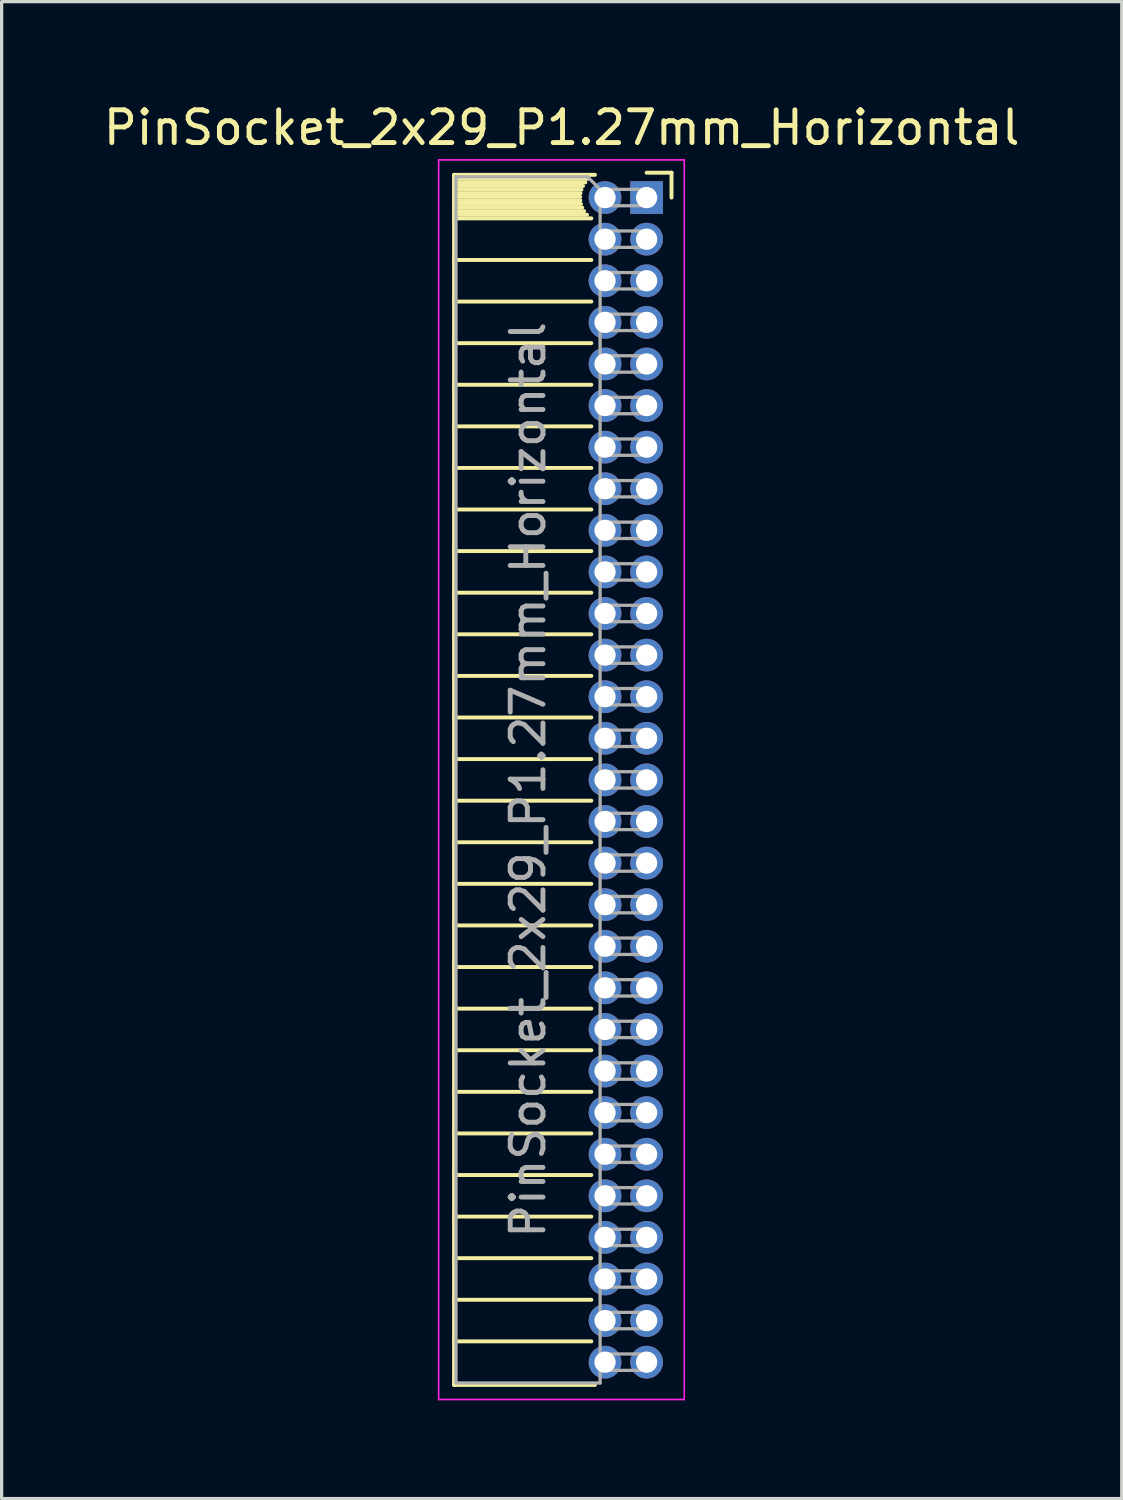
<source format=kicad_pcb>
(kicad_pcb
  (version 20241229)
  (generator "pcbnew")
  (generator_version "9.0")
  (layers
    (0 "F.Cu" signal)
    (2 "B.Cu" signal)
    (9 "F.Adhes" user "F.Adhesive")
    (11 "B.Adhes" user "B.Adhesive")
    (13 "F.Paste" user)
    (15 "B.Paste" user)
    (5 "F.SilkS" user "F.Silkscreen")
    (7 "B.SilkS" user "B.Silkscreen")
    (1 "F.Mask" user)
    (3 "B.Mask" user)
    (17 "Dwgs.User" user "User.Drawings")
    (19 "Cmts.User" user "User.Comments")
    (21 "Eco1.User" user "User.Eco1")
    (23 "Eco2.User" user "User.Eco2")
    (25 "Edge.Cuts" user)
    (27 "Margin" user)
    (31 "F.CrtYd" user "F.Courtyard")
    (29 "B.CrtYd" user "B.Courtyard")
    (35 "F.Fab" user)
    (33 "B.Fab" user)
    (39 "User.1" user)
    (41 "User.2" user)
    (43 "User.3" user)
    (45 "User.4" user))
  (footprint "PinSocket_2x29_P1.27mm_Horizontal"
    (layer "F.Cu")
    (at 16.694 2.983)
    (property "Reference" "PinSocket_2x29_P1.27mm_Horizontal" (at -2.592 -2.135 0) (layer "F.SilkS") (effects (font (size 1 1) (thickness 0.15))))
    (attr through_hole)
    (fp_line (start -5.88 -0.695) (end -5.88 36.255) (stroke (width 0.12) (type solid)) (layer "F.SilkS"))
    (fp_line (start -5.88 -0.695) (end -1.578 -0.695) (stroke (width 0.12) (type solid)) (layer "F.SilkS"))
    (fp_line (start -5.88 -0.575) (end -1.767 -0.575) (stroke (width 0.12) (type solid)) (layer "F.SilkS"))
    (fp_line (start -5.88 -0.465) (end -1.871 -0.465) (stroke (width 0.12) (type solid)) (layer "F.SilkS"))
    (fp_line (start -5.88 -0.355) (end -1.942 -0.355) (stroke (width 0.12) (type solid)) (layer "F.SilkS"))
    (fp_line (start -5.88 -0.245) (end -1.989 -0.245) (stroke (width 0.12) (type solid)) (layer "F.SilkS"))
    (fp_line (start -5.88 -0.135) (end -2.018 -0.135) (stroke (width 0.12) (type solid)) (layer "F.SilkS"))
    (fp_line (start -5.88 -0.025) (end -2.03 -0.025) (stroke (width 0.12) (type solid)) (layer "F.SilkS"))
    (fp_line (start -5.88 0.085) (end -2.025 0.085) (stroke (width 0.12) (type solid)) (layer "F.SilkS"))
    (fp_line (start -5.88 0.195) (end -2.005 0.195) (stroke (width 0.12) (type solid)) (layer "F.SilkS"))
    (fp_line (start -5.88 0.305) (end -1.966 0.305) (stroke (width 0.12) (type solid)) (layer "F.SilkS"))
    (fp_line (start -5.88 0.415) (end -1.907 0.415) (stroke (width 0.12) (type solid)) (layer "F.SilkS"))
    (fp_line (start -5.88 0.525) (end -1.82 0.525) (stroke (width 0.12) (type solid)) (layer "F.SilkS"))
    (fp_line (start -5.88 0.635) (end -1.688 0.635) (stroke (width 0.12) (type solid)) (layer "F.SilkS"))
    (fp_line (start -5.88 1.905) (end -1.688 1.905) (stroke (width 0.12) (type solid)) (layer "F.SilkS"))
    (fp_line (start -5.88 3.175) (end -1.688 3.175) (stroke (width 0.12) (type solid)) (layer "F.SilkS"))
    (fp_line (start -5.88 4.445) (end -1.688 4.445) (stroke (width 0.12) (type solid)) (layer "F.SilkS"))
    (fp_line (start -5.88 5.715) (end -1.688 5.715) (stroke (width 0.12) (type solid)) (layer "F.SilkS"))
    (fp_line (start -5.88 6.985) (end -1.688 6.985) (stroke (width 0.12) (type solid)) (layer "F.SilkS"))
    (fp_line (start -5.88 8.255) (end -1.688 8.255) (stroke (width 0.12) (type solid)) (layer "F.SilkS"))
    (fp_line (start -5.88 9.525) (end -1.688 9.525) (stroke (width 0.12) (type solid)) (layer "F.SilkS"))
    (fp_line (start -5.88 10.795) (end -1.688 10.795) (stroke (width 0.12) (type solid)) (layer "F.SilkS"))
    (fp_line (start -5.88 12.065) (end -1.688 12.065) (stroke (width 0.12) (type solid)) (layer "F.SilkS"))
    (fp_line (start -5.88 13.335) (end -1.688 13.335) (stroke (width 0.12) (type solid)) (layer "F.SilkS"))
    (fp_line (start -5.88 14.605) (end -1.688 14.605) (stroke (width 0.12) (type solid)) (layer "F.SilkS"))
    (fp_line (start -5.88 15.875) (end -1.688 15.875) (stroke (width 0.12) (type solid)) (layer "F.SilkS"))
    (fp_line (start -5.88 17.145) (end -1.688 17.145) (stroke (width 0.12) (type solid)) (layer "F.SilkS"))
    (fp_line (start -5.88 18.415) (end -1.688 18.415) (stroke (width 0.12) (type solid)) (layer "F.SilkS"))
    (fp_line (start -5.88 19.685) (end -1.688 19.685) (stroke (width 0.12) (type solid)) (layer "F.SilkS"))
    (fp_line (start -5.88 20.955) (end -1.688 20.955) (stroke (width 0.12) (type solid)) (layer "F.SilkS"))
    (fp_line (start -5.88 22.225) (end -1.688 22.225) (stroke (width 0.12) (type solid)) (layer "F.SilkS"))
    (fp_line (start -5.88 23.495) (end -1.688 23.495) (stroke (width 0.12) (type solid)) (layer "F.SilkS"))
    (fp_line (start -5.88 24.765) (end -1.688 24.765) (stroke (width 0.12) (type solid)) (layer "F.SilkS"))
    (fp_line (start -5.88 26.035) (end -1.688 26.035) (stroke (width 0.12) (type solid)) (layer "F.SilkS"))
    (fp_line (start -5.88 27.305) (end -1.688 27.305) (stroke (width 0.12) (type solid)) (layer "F.SilkS"))
    (fp_line (start -5.88 28.575) (end -1.688 28.575) (stroke (width 0.12) (type solid)) (layer "F.SilkS"))
    (fp_line (start -5.88 29.845) (end -1.688 29.845) (stroke (width 0.12) (type solid)) (layer "F.SilkS"))
    (fp_line (start -5.88 31.115) (end -1.688 31.115) (stroke (width 0.12) (type solid)) (layer "F.SilkS"))
    (fp_line (start -5.88 32.385) (end -1.688 32.385) (stroke (width 0.12) (type solid)) (layer "F.SilkS"))
    (fp_line (start -5.88 33.655) (end -1.688 33.655) (stroke (width 0.12) (type solid)) (layer "F.SilkS"))
    (fp_line (start -5.88 34.925) (end -1.688 34.925) (stroke (width 0.12) (type solid)) (layer "F.SilkS"))
    (fp_line (start -5.88 36.255) (end -1.578 36.255) (stroke (width 0.12) (type solid)) (layer "F.SilkS"))
    (fp_line (start 0 -0.76) (end 0.76 -0.76) (stroke (width 0.12) (type solid)) (layer "F.SilkS"))
    (fp_line (start 0.76 -0.76) (end 0.76 0) (stroke (width 0.12) (type solid)) (layer "F.SilkS"))
    (fp_line (start -6.35 -1.15) (end -6.35 36.7) (stroke (width 0.05) (type solid)) (layer "F.CrtYd"))
    (fp_line (start -6.35 36.7) (end 1.15 36.7) (stroke (width 0.05) (type solid)) (layer "F.CrtYd"))
    (fp_line (start 1.15 -1.15) (end -6.35 -1.15) (stroke (width 0.05) (type solid)) (layer "F.CrtYd"))
    (fp_line (start 1.15 36.7) (end 1.15 -1.15) (stroke (width 0.05) (type solid)) (layer "F.CrtYd"))
    (fp_line (start -5.82 -0.635) (end -1.805 -0.635) (stroke (width 0.1) (type solid)) (layer "F.Fab"))
    (fp_line (start -5.82 36.195) (end -5.82 -0.635) (stroke (width 0.1) (type solid)) (layer "F.Fab"))
    (fp_line (start -1.805 -0.635) (end -1.42 -0.25) (stroke (width 0.1) (type solid)) (layer "F.Fab"))
    (fp_line (start -1.42 -0.25) (end -1.42 36.195) (stroke (width 0.1) (type solid)) (layer "F.Fab"))
    (fp_line (start -1.42 0.25) (end 0 0.25) (stroke (width 0.1) (type solid)) (layer "F.Fab"))
    (fp_line (start -1.42 1.52) (end 0 1.52) (stroke (width 0.1) (type solid)) (layer "F.Fab"))
    (fp_line (start -1.42 2.79) (end 0 2.79) (stroke (width 0.1) (type solid)) (layer "F.Fab"))
    (fp_line (start -1.42 4.06) (end 0 4.06) (stroke (width 0.1) (type solid)) (layer "F.Fab"))
    (fp_line (start -1.42 5.33) (end 0 5.33) (stroke (width 0.1) (type solid)) (layer "F.Fab"))
    (fp_line (start -1.42 6.6) (end 0 6.6) (stroke (width 0.1) (type solid)) (layer "F.Fab"))
    (fp_line (start -1.42 7.87) (end 0 7.87) (stroke (width 0.1) (type solid)) (layer "F.Fab"))
    (fp_line (start -1.42 9.14) (end 0 9.14) (stroke (width 0.1) (type solid)) (layer "F.Fab"))
    (fp_line (start -1.42 10.41) (end 0 10.41) (stroke (width 0.1) (type solid)) (layer "F.Fab"))
    (fp_line (start -1.42 11.68) (end 0 11.68) (stroke (width 0.1) (type solid)) (layer "F.Fab"))
    (fp_line (start -1.42 12.95) (end 0 12.95) (stroke (width 0.1) (type solid)) (layer "F.Fab"))
    (fp_line (start -1.42 14.22) (end 0 14.22) (stroke (width 0.1) (type solid)) (layer "F.Fab"))
    (fp_line (start -1.42 15.49) (end 0 15.49) (stroke (width 0.1) (type solid)) (layer "F.Fab"))
    (fp_line (start -1.42 16.76) (end 0 16.76) (stroke (width 0.1) (type solid)) (layer "F.Fab"))
    (fp_line (start -1.42 18.03) (end 0 18.03) (stroke (width 0.1) (type solid)) (layer "F.Fab"))
    (fp_line (start -1.42 19.3) (end 0 19.3) (stroke (width 0.1) (type solid)) (layer "F.Fab"))
    (fp_line (start -1.42 20.57) (end 0 20.57) (stroke (width 0.1) (type solid)) (layer "F.Fab"))
    (fp_line (start -1.42 21.84) (end 0 21.84) (stroke (width 0.1) (type solid)) (layer "F.Fab"))
    (fp_line (start -1.42 23.11) (end 0 23.11) (stroke (width 0.1) (type solid)) (layer "F.Fab"))
    (fp_line (start -1.42 24.38) (end 0 24.38) (stroke (width 0.1) (type solid)) (layer "F.Fab"))
    (fp_line (start -1.42 25.65) (end 0 25.65) (stroke (width 0.1) (type solid)) (layer "F.Fab"))
    (fp_line (start -1.42 26.92) (end 0 26.92) (stroke (width 0.1) (type solid)) (layer "F.Fab"))
    (fp_line (start -1.42 28.19) (end 0 28.19) (stroke (width 0.1) (type solid)) (layer "F.Fab"))
    (fp_line (start -1.42 29.46) (end 0 29.46) (stroke (width 0.1) (type solid)) (layer "F.Fab"))
    (fp_line (start -1.42 30.73) (end 0 30.73) (stroke (width 0.1) (type solid)) (layer "F.Fab"))
    (fp_line (start -1.42 32) (end 0 32) (stroke (width 0.1) (type solid)) (layer "F.Fab"))
    (fp_line (start -1.42 33.27) (end 0 33.27) (stroke (width 0.1) (type solid)) (layer "F.Fab"))
    (fp_line (start -1.42 34.54) (end 0 34.54) (stroke (width 0.1) (type solid)) (layer "F.Fab"))
    (fp_line (start -1.42 35.81) (end 0 35.81) (stroke (width 0.1) (type solid)) (layer "F.Fab"))
    (fp_line (start -1.42 36.195) (end -5.82 36.195) (stroke (width 0.1) (type solid)) (layer "F.Fab"))
    (fp_line (start 0 -0.25) (end -1.42 -0.25) (stroke (width 0.1) (type solid)) (layer "F.Fab"))
    (fp_line (start 0 0.25) (end 0 -0.25) (stroke (width 0.1) (type solid)) (layer "F.Fab"))
    (fp_line (start 0 1.02) (end -1.42 1.02) (stroke (width 0.1) (type solid)) (layer "F.Fab"))
    (fp_line (start 0 1.52) (end 0 1.02) (stroke (width 0.1) (type solid)) (layer "F.Fab"))
    (fp_line (start 0 2.29) (end -1.42 2.29) (stroke (width 0.1) (type solid)) (layer "F.Fab"))
    (fp_line (start 0 2.79) (end 0 2.29) (stroke (width 0.1) (type solid)) (layer "F.Fab"))
    (fp_line (start 0 3.56) (end -1.42 3.56) (stroke (width 0.1) (type solid)) (layer "F.Fab"))
    (fp_line (start 0 4.06) (end 0 3.56) (stroke (width 0.1) (type solid)) (layer "F.Fab"))
    (fp_line (start 0 4.83) (end -1.42 4.83) (stroke (width 0.1) (type solid)) (layer "F.Fab"))
    (fp_line (start 0 5.33) (end 0 4.83) (stroke (width 0.1) (type solid)) (layer "F.Fab"))
    (fp_line (start 0 6.1) (end -1.42 6.1) (stroke (width 0.1) (type solid)) (layer "F.Fab"))
    (fp_line (start 0 6.6) (end 0 6.1) (stroke (width 0.1) (type solid)) (layer "F.Fab"))
    (fp_line (start 0 7.37) (end -1.42 7.37) (stroke (width 0.1) (type solid)) (layer "F.Fab"))
    (fp_line (start 0 7.87) (end 0 7.37) (stroke (width 0.1) (type solid)) (layer "F.Fab"))
    (fp_line (start 0 8.64) (end -1.42 8.64) (stroke (width 0.1) (type solid)) (layer "F.Fab"))
    (fp_line (start 0 9.14) (end 0 8.64) (stroke (width 0.1) (type solid)) (layer "F.Fab"))
    (fp_line (start 0 9.91) (end -1.42 9.91) (stroke (width 0.1) (type solid)) (layer "F.Fab"))
    (fp_line (start 0 10.41) (end 0 9.91) (stroke (width 0.1) (type solid)) (layer "F.Fab"))
    (fp_line (start 0 11.18) (end -1.42 11.18) (stroke (width 0.1) (type solid)) (layer "F.Fab"))
    (fp_line (start 0 11.68) (end 0 11.18) (stroke (width 0.1) (type solid)) (layer "F.Fab"))
    (fp_line (start 0 12.45) (end -1.42 12.45) (stroke (width 0.1) (type solid)) (layer "F.Fab"))
    (fp_line (start 0 12.95) (end 0 12.45) (stroke (width 0.1) (type solid)) (layer "F.Fab"))
    (fp_line (start 0 13.72) (end -1.42 13.72) (stroke (width 0.1) (type solid)) (layer "F.Fab"))
    (fp_line (start 0 14.22) (end 0 13.72) (stroke (width 0.1) (type solid)) (layer "F.Fab"))
    (fp_line (start 0 14.99) (end -1.42 14.99) (stroke (width 0.1) (type solid)) (layer "F.Fab"))
    (fp_line (start 0 15.49) (end 0 14.99) (stroke (width 0.1) (type solid)) (layer "F.Fab"))
    (fp_line (start 0 16.26) (end -1.42 16.26) (stroke (width 0.1) (type solid)) (layer "F.Fab"))
    (fp_line (start 0 16.76) (end 0 16.26) (stroke (width 0.1) (type solid)) (layer "F.Fab"))
    (fp_line (start 0 17.53) (end -1.42 17.53) (stroke (width 0.1) (type solid)) (layer "F.Fab"))
    (fp_line (start 0 18.03) (end 0 17.53) (stroke (width 0.1) (type solid)) (layer "F.Fab"))
    (fp_line (start 0 18.8) (end -1.42 18.8) (stroke (width 0.1) (type solid)) (layer "F.Fab"))
    (fp_line (start 0 19.3) (end 0 18.8) (stroke (width 0.1) (type solid)) (layer "F.Fab"))
    (fp_line (start 0 20.07) (end -1.42 20.07) (stroke (width 0.1) (type solid)) (layer "F.Fab"))
    (fp_line (start 0 20.57) (end 0 20.07) (stroke (width 0.1) (type solid)) (layer "F.Fab"))
    (fp_line (start 0 21.34) (end -1.42 21.34) (stroke (width 0.1) (type solid)) (layer "F.Fab"))
    (fp_line (start 0 21.84) (end 0 21.34) (stroke (width 0.1) (type solid)) (layer "F.Fab"))
    (fp_line (start 0 22.61) (end -1.42 22.61) (stroke (width 0.1) (type solid)) (layer "F.Fab"))
    (fp_line (start 0 23.11) (end 0 22.61) (stroke (width 0.1) (type solid)) (layer "F.Fab"))
    (fp_line (start 0 23.88) (end -1.42 23.88) (stroke (width 0.1) (type solid)) (layer "F.Fab"))
    (fp_line (start 0 24.38) (end 0 23.88) (stroke (width 0.1) (type solid)) (layer "F.Fab"))
    (fp_line (start 0 25.15) (end -1.42 25.15) (stroke (width 0.1) (type solid)) (layer "F.Fab"))
    (fp_line (start 0 25.65) (end 0 25.15) (stroke (width 0.1) (type solid)) (layer "F.Fab"))
    (fp_line (start 0 26.42) (end -1.42 26.42) (stroke (width 0.1) (type solid)) (layer "F.Fab"))
    (fp_line (start 0 26.92) (end 0 26.42) (stroke (width 0.1) (type solid)) (layer "F.Fab"))
    (fp_line (start 0 27.69) (end -1.42 27.69) (stroke (width 0.1) (type solid)) (layer "F.Fab"))
    (fp_line (start 0 28.19) (end 0 27.69) (stroke (width 0.1) (type solid)) (layer "F.Fab"))
    (fp_line (start 0 28.96) (end -1.42 28.96) (stroke (width 0.1) (type solid)) (layer "F.Fab"))
    (fp_line (start 0 29.46) (end 0 28.96) (stroke (width 0.1) (type solid)) (layer "F.Fab"))
    (fp_line (start 0 30.23) (end -1.42 30.23) (stroke (width 0.1) (type solid)) (layer "F.Fab"))
    (fp_line (start 0 30.73) (end 0 30.23) (stroke (width 0.1) (type solid)) (layer "F.Fab"))
    (fp_line (start 0 31.5) (end -1.42 31.5) (stroke (width 0.1) (type solid)) (layer "F.Fab"))
    (fp_line (start 0 32) (end 0 31.5) (stroke (width 0.1) (type solid)) (layer "F.Fab"))
    (fp_line (start 0 32.77) (end -1.42 32.77) (stroke (width 0.1) (type solid)) (layer "F.Fab"))
    (fp_line (start 0 33.27) (end 0 32.77) (stroke (width 0.1) (type solid)) (layer "F.Fab"))
    (fp_line (start 0 34.04) (end -1.42 34.04) (stroke (width 0.1) (type solid)) (layer "F.Fab"))
    (fp_line (start 0 34.54) (end 0 34.04) (stroke (width 0.1) (type solid)) (layer "F.Fab"))
    (fp_line (start 0 35.31) (end -1.42 35.31) (stroke (width 0.1) (type solid)) (layer "F.Fab"))
    (fp_line (start 0 35.81) (end 0 35.31) (stroke (width 0.1) (type solid)) (layer "F.Fab"))
    (fp_text user "${REFERENCE}" (at -3.62 17.78 90) (layer "F.Fab") (effects (font (size 1 1) (thickness 0.15))))
    (pad "1" thru_hole rect (at 0 0) (size 1 1) (drill 0.65) (layers "*.Cu" "*.Mask"))
    (pad "2" thru_hole oval (at -1.27 0) (size 1 1) (drill 0.65) (layers "*.Cu" "*.Mask"))
    (pad "3" thru_hole oval (at 0 1.27) (size 1 1) (drill 0.65) (layers "*.Cu" "*.Mask"))
    (pad "4" thru_hole oval (at -1.27 1.27) (size 1 1) (drill 0.65) (layers "*.Cu" "*.Mask"))
    (pad "5" thru_hole oval (at 0 2.54) (size 1 1) (drill 0.65) (layers "*.Cu" "*.Mask"))
    (pad "6" thru_hole oval (at -1.27 2.54) (size 1 1) (drill 0.65) (layers "*.Cu" "*.Mask"))
    (pad "7" thru_hole oval (at 0 3.81) (size 1 1) (drill 0.65) (layers "*.Cu" "*.Mask"))
    (pad "8" thru_hole oval (at -1.27 3.81) (size 1 1) (drill 0.65) (layers "*.Cu" "*.Mask"))
    (pad "9" thru_hole oval (at 0 5.08) (size 1 1) (drill 0.65) (layers "*.Cu" "*.Mask"))
    (pad "10" thru_hole oval (at -1.27 5.08) (size 1 1) (drill 0.65) (layers "*.Cu" "*.Mask"))
    (pad "11" thru_hole oval (at 0 6.35) (size 1 1) (drill 0.65) (layers "*.Cu" "*.Mask"))
    (pad "12" thru_hole oval (at -1.27 6.35) (size 1 1) (drill 0.65) (layers "*.Cu" "*.Mask"))
    (pad "13" thru_hole oval (at 0 7.62) (size 1 1) (drill 0.65) (layers "*.Cu" "*.Mask"))
    (pad "14" thru_hole oval (at -1.27 7.62) (size 1 1) (drill 0.65) (layers "*.Cu" "*.Mask"))
    (pad "15" thru_hole oval (at 0 8.89) (size 1 1) (drill 0.65) (layers "*.Cu" "*.Mask"))
    (pad "16" thru_hole oval (at -1.27 8.89) (size 1 1) (drill 0.65) (layers "*.Cu" "*.Mask"))
    (pad "17" thru_hole oval (at 0 10.16) (size 1 1) (drill 0.65) (layers "*.Cu" "*.Mask"))
    (pad "18" thru_hole oval (at -1.27 10.16) (size 1 1) (drill 0.65) (layers "*.Cu" "*.Mask"))
    (pad "19" thru_hole oval (at 0 11.43) (size 1 1) (drill 0.65) (layers "*.Cu" "*.Mask"))
    (pad "20" thru_hole oval (at -1.27 11.43) (size 1 1) (drill 0.65) (layers "*.Cu" "*.Mask"))
    (pad "21" thru_hole oval (at 0 12.7) (size 1 1) (drill 0.65) (layers "*.Cu" "*.Mask"))
    (pad "22" thru_hole oval (at -1.27 12.7) (size 1 1) (drill 0.65) (layers "*.Cu" "*.Mask"))
    (pad "23" thru_hole oval (at 0 13.97) (size 1 1) (drill 0.65) (layers "*.Cu" "*.Mask"))
    (pad "24" thru_hole oval (at -1.27 13.97) (size 1 1) (drill 0.65) (layers "*.Cu" "*.Mask"))
    (pad "25" thru_hole oval (at 0 15.24) (size 1 1) (drill 0.65) (layers "*.Cu" "*.Mask"))
    (pad "26" thru_hole oval (at -1.27 15.24) (size 1 1) (drill 0.65) (layers "*.Cu" "*.Mask"))
    (pad "27" thru_hole oval (at 0 16.51) (size 1 1) (drill 0.65) (layers "*.Cu" "*.Mask"))
    (pad "28" thru_hole oval (at -1.27 16.51) (size 1 1) (drill 0.65) (layers "*.Cu" "*.Mask"))
    (pad "29" thru_hole oval (at 0 17.78) (size 1 1) (drill 0.65) (layers "*.Cu" "*.Mask"))
    (pad "30" thru_hole oval (at -1.27 17.78) (size 1 1) (drill 0.65) (layers "*.Cu" "*.Mask"))
    (pad "31" thru_hole oval (at 0 19.05) (size 1 1) (drill 0.65) (layers "*.Cu" "*.Mask"))
    (pad "32" thru_hole oval (at -1.27 19.05) (size 1 1) (drill 0.65) (layers "*.Cu" "*.Mask"))
    (pad "33" thru_hole oval (at 0 20.32) (size 1 1) (drill 0.65) (layers "*.Cu" "*.Mask"))
    (pad "34" thru_hole oval (at -1.27 20.32) (size 1 1) (drill 0.65) (layers "*.Cu" "*.Mask"))
    (pad "35" thru_hole oval (at 0 21.59) (size 1 1) (drill 0.65) (layers "*.Cu" "*.Mask"))
    (pad "36" thru_hole oval (at -1.27 21.59) (size 1 1) (drill 0.65) (layers "*.Cu" "*.Mask"))
    (pad "37" thru_hole oval (at 0 22.86) (size 1 1) (drill 0.65) (layers "*.Cu" "*.Mask"))
    (pad "38" thru_hole oval (at -1.27 22.86) (size 1 1) (drill 0.65) (layers "*.Cu" "*.Mask"))
    (pad "39" thru_hole oval (at 0 24.13) (size 1 1) (drill 0.65) (layers "*.Cu" "*.Mask"))
    (pad "40" thru_hole oval (at -1.27 24.13) (size 1 1) (drill 0.65) (layers "*.Cu" "*.Mask"))
    (pad "41" thru_hole oval (at 0 25.4) (size 1 1) (drill 0.65) (layers "*.Cu" "*.Mask"))
    (pad "42" thru_hole oval (at -1.27 25.4) (size 1 1) (drill 0.65) (layers "*.Cu" "*.Mask"))
    (pad "43" thru_hole oval (at 0 26.67) (size 1 1) (drill 0.65) (layers "*.Cu" "*.Mask"))
    (pad "44" thru_hole oval (at -1.27 26.67) (size 1 1) (drill 0.65) (layers "*.Cu" "*.Mask"))
    (pad "45" thru_hole oval (at 0 27.94) (size 1 1) (drill 0.65) (layers "*.Cu" "*.Mask"))
    (pad "46" thru_hole oval (at -1.27 27.94) (size 1 1) (drill 0.65) (layers "*.Cu" "*.Mask"))
    (pad "47" thru_hole oval (at 0 29.21) (size 1 1) (drill 0.65) (layers "*.Cu" "*.Mask"))
    (pad "48" thru_hole oval (at -1.27 29.21) (size 1 1) (drill 0.65) (layers "*.Cu" "*.Mask"))
    (pad "49" thru_hole oval (at 0 30.48) (size 1 1) (drill 0.65) (layers "*.Cu" "*.Mask"))
    (pad "50" thru_hole oval (at -1.27 30.48) (size 1 1) (drill 0.65) (layers "*.Cu" "*.Mask"))
    (pad "51" thru_hole oval (at 0 31.75) (size 1 1) (drill 0.65) (layers "*.Cu" "*.Mask"))
    (pad "52" thru_hole oval (at -1.27 31.75) (size 1 1) (drill 0.65) (layers "*.Cu" "*.Mask"))
    (pad "53" thru_hole oval (at 0 33.02) (size 1 1) (drill 0.65) (layers "*.Cu" "*.Mask"))
    (pad "54" thru_hole oval (at -1.27 33.02) (size 1 1) (drill 0.65) (layers "*.Cu" "*.Mask"))
    (pad "55" thru_hole oval (at 0 34.29) (size 1 1) (drill 0.65) (layers "*.Cu" "*.Mask"))
    (pad "56" thru_hole oval (at -1.27 34.29) (size 1 1) (drill 0.65) (layers "*.Cu" "*.Mask"))
    (pad "57" thru_hole oval (at 0 35.56) (size 1 1) (drill 0.65) (layers "*.Cu" "*.Mask"))
    (pad "58" thru_hole oval (at -1.27 35.56) (size 1 1) (drill 0.65) (layers "*.Cu" "*.Mask")))
  (gr_rect
    (start -3 -3)
    (end 31.202 42.708)
    (stroke (width 0.1) (type default))
    (fill no)
    (layer "Edge.Cuts")))
</source>
